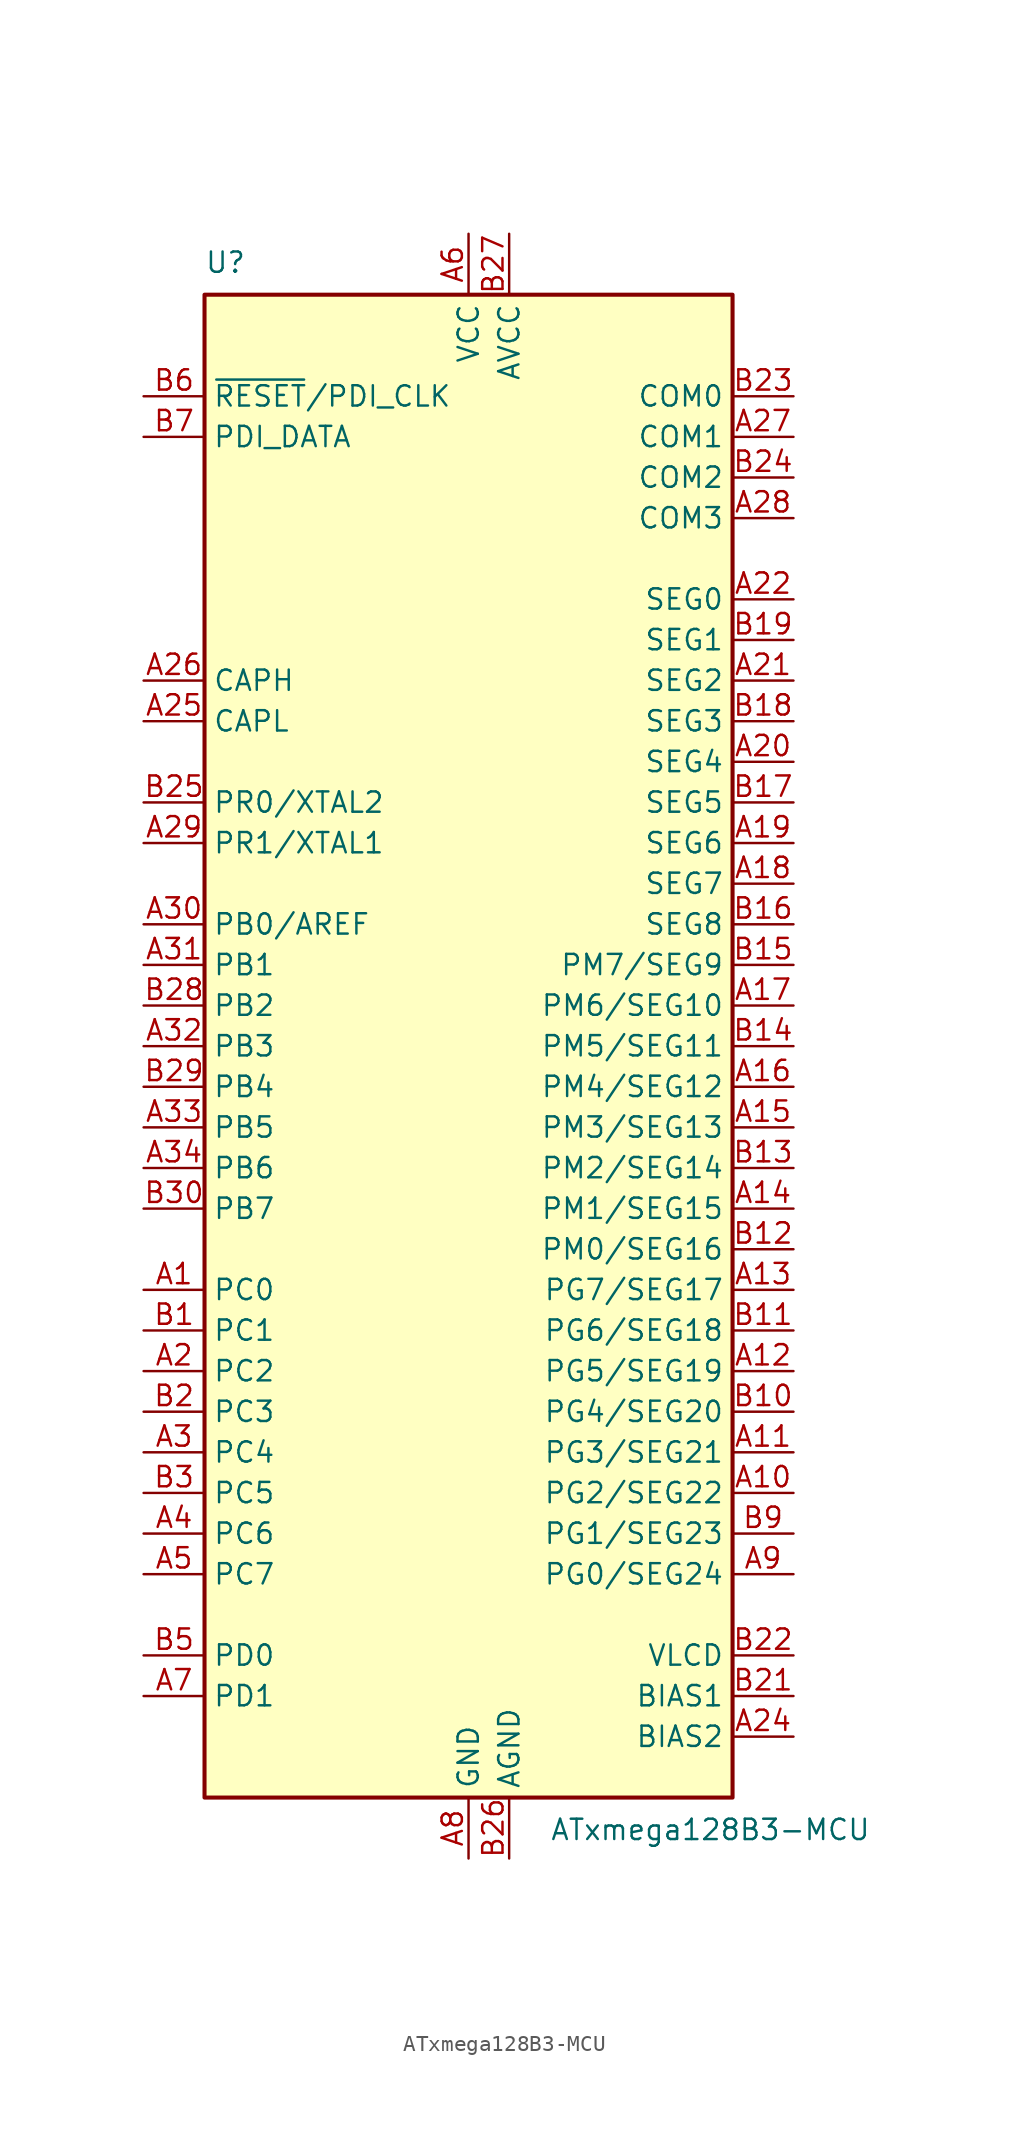
<source format=kicad_sym>
(kicad_symbol_lib
  (version 20201005)
  (generator kicad_symbol_editor)
  (symbol "ATxmega128B3-MCU"
    (property "Reference" "U"
      (at -16.51 48.26 0)
      (effects (font (size 1.27 1.27)) (justify left bottom)))
    (property "Value" "ATxmega128B3-MCU"
      (at 5.08 -48.26 0)
      (effects (font (size 1.27 1.27)) (justify left top)))
    (symbol "ATxmega128B3-MCU_0_1"
      (rectangle (start -16.51 -46.99) (end 16.51 46.99) (stroke (width 0.254)) (fill (type background))))
    (symbol "ATxmega128B3-MCU_1_1"
      (pin tri_state line (at -20.32 -15.24 0) (length 3.81) (name "PC0" (effects (font (size 1.27 1.27)))) (number "A1" (effects (font (size 1.27 1.27)))))
      (pin tri_state line (at 20.32 -27.94 180) (length 3.81) (name "PG2/SEG22" (effects (font (size 1.27 1.27)))) (number "A10" (effects (font (size 1.27 1.27)))))
      (pin tri_state line (at 20.32 -25.4 180) (length 3.81) (name "PG3/SEG21" (effects (font (size 1.27 1.27)))) (number "A11" (effects (font (size 1.27 1.27)))))
      (pin tri_state line (at 20.32 -20.32 180) (length 3.81) (name "PG5/SEG19" (effects (font (size 1.27 1.27)))) (number "A12" (effects (font (size 1.27 1.27)))))
      (pin tri_state line (at 20.32 -15.24 180) (length 3.81) (name "PG7/SEG17" (effects (font (size 1.27 1.27)))) (number "A13" (effects (font (size 1.27 1.27)))))
      (pin tri_state line (at 20.32 -10.16 180) (length 3.81) (name "PM1/SEG15" (effects (font (size 1.27 1.27)))) (number "A14" (effects (font (size 1.27 1.27)))))
      (pin tri_state line (at 20.32 -5.08 180) (length 3.81) (name "PM3/SEG13" (effects (font (size 1.27 1.27)))) (number "A15" (effects (font (size 1.27 1.27)))))
      (pin tri_state line (at 20.32 -2.54 180) (length 3.81) (name "PM4/SEG12" (effects (font (size 1.27 1.27)))) (number "A16" (effects (font (size 1.27 1.27)))))
      (pin tri_state line (at 20.32 2.54 180) (length 3.81) (name "PM6/SEG10" (effects (font (size 1.27 1.27)))) (number "A17" (effects (font (size 1.27 1.27)))))
      (pin output line (at 20.32 10.16 180) (length 3.81) (name "SEG7" (effects (font (size 1.27 1.27)))) (number "A18" (effects (font (size 1.27 1.27)))))
      (pin output line (at 20.32 12.7 180) (length 3.81) (name "SEG6" (effects (font (size 1.27 1.27)))) (number "A19" (effects (font (size 1.27 1.27)))))
      (pin tri_state line (at -20.32 -20.32 0) (length 3.81) (name "PC2" (effects (font (size 1.27 1.27)))) (number "A2" (effects (font (size 1.27 1.27)))))
      (pin output line (at 20.32 17.78 180) (length 3.81) (name "SEG4" (effects (font (size 1.27 1.27)))) (number "A20" (effects (font (size 1.27 1.27)))))
      (pin output line (at 20.32 22.86 180) (length 3.81) (name "SEG2" (effects (font (size 1.27 1.27)))) (number "A21" (effects (font (size 1.27 1.27)))))
      (pin output line (at 20.32 27.94 180) (length 3.81) (name "SEG0" (effects (font (size 1.27 1.27)))) (number "A22" (effects (font (size 1.27 1.27)))))
      (pin passive line (at 0 50.8 270) (length 3.81) hide (name "VCC" (effects (font (size 1.27 1.27)))) (number "A23" (effects (font (size 1.27 1.27)))))
      (pin power_out line (at 20.32 -43.18 180) (length 3.81) (name "BIAS2" (effects (font (size 1.27 1.27)))) (number "A24" (effects (font (size 1.27 1.27)))))
      (pin passive line (at -20.32 20.32 0) (length 3.81) (name "CAPL" (effects (font (size 1.27 1.27)))) (number "A25" (effects (font (size 1.27 1.27)))))
      (pin passive line (at -20.32 22.86 0) (length 3.81) (name "CAPH" (effects (font (size 1.27 1.27)))) (number "A26" (effects (font (size 1.27 1.27)))))
      (pin output line (at 20.32 38.1 180) (length 3.81) (name "COM1" (effects (font (size 1.27 1.27)))) (number "A27" (effects (font (size 1.27 1.27)))))
      (pin output line (at 20.32 33.02 180) (length 3.81) (name "COM3" (effects (font (size 1.27 1.27)))) (number "A28" (effects (font (size 1.27 1.27)))))
      (pin tri_state line (at -20.32 12.7 0) (length 3.81) (name "PR1/XTAL1" (effects (font (size 1.27 1.27)))) (number "A29" (effects (font (size 1.27 1.27)))))
      (pin tri_state line (at -20.32 -25.4 0) (length 3.81) (name "PC4" (effects (font (size 1.27 1.27)))) (number "A3" (effects (font (size 1.27 1.27)))))
      (pin tri_state line (at -20.32 7.62 0) (length 3.81) (name "PB0/AREF" (effects (font (size 1.27 1.27)))) (number "A30" (effects (font (size 1.27 1.27)))))
      (pin tri_state line (at -20.32 5.08 0) (length 3.81) (name "PB1" (effects (font (size 1.27 1.27)))) (number "A31" (effects (font (size 1.27 1.27)))))
      (pin tri_state line (at -20.32 0 0) (length 3.81) (name "PB3" (effects (font (size 1.27 1.27)))) (number "A32" (effects (font (size 1.27 1.27)))))
      (pin tri_state line (at -20.32 -5.08 0) (length 3.81) (name "PB5" (effects (font (size 1.27 1.27)))) (number "A33" (effects (font (size 1.27 1.27)))))
      (pin tri_state line (at -20.32 -7.62 0) (length 3.81) (name "PB6" (effects (font (size 1.27 1.27)))) (number "A34" (effects (font (size 1.27 1.27)))))
      (pin tri_state line (at -20.32 -30.48 0) (length 3.81) (name "PC6" (effects (font (size 1.27 1.27)))) (number "A4" (effects (font (size 1.27 1.27)))))
      (pin tri_state line (at -20.32 -33.02 0) (length 3.81) (name "PC7" (effects (font (size 1.27 1.27)))) (number "A5" (effects (font (size 1.27 1.27)))))
      (pin power_in line (at 0 50.8 270) (length 3.81) (name "VCC" (effects (font (size 1.27 1.27)))) (number "A6" (effects (font (size 1.27 1.27)))))
      (pin tri_state line (at -20.32 -40.64 0) (length 3.81) (name "PD1" (effects (font (size 1.27 1.27)))) (number "A7" (effects (font (size 1.27 1.27)))))
      (pin power_in line (at 0 -50.8 90) (length 3.81) (name "GND" (effects (font (size 1.27 1.27)))) (number "A8" (effects (font (size 1.27 1.27)))))
      (pin tri_state line (at 20.32 -33.02 180) (length 3.81) (name "PG0/SEG24" (effects (font (size 1.27 1.27)))) (number "A9" (effects (font (size 1.27 1.27)))))
      (pin tri_state line (at -20.32 -17.78 0) (length 3.81) (name "PC1" (effects (font (size 1.27 1.27)))) (number "B1" (effects (font (size 1.27 1.27)))))
      (pin tri_state line (at 20.32 -22.86 180) (length 3.81) (name "PG4/SEG20" (effects (font (size 1.27 1.27)))) (number "B10" (effects (font (size 1.27 1.27)))))
      (pin tri_state line (at 20.32 -17.78 180) (length 3.81) (name "PG6/SEG18" (effects (font (size 1.27 1.27)))) (number "B11" (effects (font (size 1.27 1.27)))))
      (pin tri_state line (at 20.32 -12.7 180) (length 3.81) (name "PM0/SEG16" (effects (font (size 1.27 1.27)))) (number "B12" (effects (font (size 1.27 1.27)))))
      (pin tri_state line (at 20.32 -7.62 180) (length 3.81) (name "PM2/SEG14" (effects (font (size 1.27 1.27)))) (number "B13" (effects (font (size 1.27 1.27)))))
      (pin tri_state line (at 20.32 0 180) (length 3.81) (name "PM5/SEG11" (effects (font (size 1.27 1.27)))) (number "B14" (effects (font (size 1.27 1.27)))))
      (pin tri_state line (at 20.32 5.08 180) (length 3.81) (name "PM7/SEG9" (effects (font (size 1.27 1.27)))) (number "B15" (effects (font (size 1.27 1.27)))))
      (pin output line (at 20.32 7.62 180) (length 3.81) (name "SEG8" (effects (font (size 1.27 1.27)))) (number "B16" (effects (font (size 1.27 1.27)))))
      (pin output line (at 20.32 15.24 180) (length 3.81) (name "SEG5" (effects (font (size 1.27 1.27)))) (number "B17" (effects (font (size 1.27 1.27)))))
      (pin output line (at 20.32 20.32 180) (length 3.81) (name "SEG3" (effects (font (size 1.27 1.27)))) (number "B18" (effects (font (size 1.27 1.27)))))
      (pin output line (at 20.32 25.4 180) (length 3.81) (name "SEG1" (effects (font (size 1.27 1.27)))) (number "B19" (effects (font (size 1.27 1.27)))))
      (pin tri_state line (at -20.32 -22.86 0) (length 3.81) (name "PC3" (effects (font (size 1.27 1.27)))) (number "B2" (effects (font (size 1.27 1.27)))))
      (pin passive line (at 0 -50.8 90) (length 3.81) hide (name "GND" (effects (font (size 1.27 1.27)))) (number "B20" (effects (font (size 1.27 1.27)))))
      (pin power_out line (at 20.32 -40.64 180) (length 3.81) (name "BIAS1" (effects (font (size 1.27 1.27)))) (number "B21" (effects (font (size 1.27 1.27)))))
      (pin power_out line (at 20.32 -38.1 180) (length 3.81) (name "VLCD" (effects (font (size 1.27 1.27)))) (number "B22" (effects (font (size 1.27 1.27)))))
      (pin output line (at 20.32 40.64 180) (length 3.81) (name "COM0" (effects (font (size 1.27 1.27)))) (number "B23" (effects (font (size 1.27 1.27)))))
      (pin output line (at 20.32 35.56 180) (length 3.81) (name "COM2" (effects (font (size 1.27 1.27)))) (number "B24" (effects (font (size 1.27 1.27)))))
      (pin tri_state line (at -20.32 15.24 0) (length 3.81) (name "PR0/XTAL2" (effects (font (size 1.27 1.27)))) (number "B25" (effects (font (size 1.27 1.27)))))
      (pin power_in line (at 2.54 -50.8 90) (length 3.81) (name "AGND" (effects (font (size 1.27 1.27)))) (number "B26" (effects (font (size 1.27 1.27)))))
      (pin power_in line (at 2.54 50.8 270) (length 3.81) (name "AVCC" (effects (font (size 1.27 1.27)))) (number "B27" (effects (font (size 1.27 1.27)))))
      (pin tri_state line (at -20.32 2.54 0) (length 3.81) (name "PB2" (effects (font (size 1.27 1.27)))) (number "B28" (effects (font (size 1.27 1.27)))))
      (pin tri_state line (at -20.32 -2.54 0) (length 3.81) (name "PB4" (effects (font (size 1.27 1.27)))) (number "B29" (effects (font (size 1.27 1.27)))))
      (pin tri_state line (at -20.32 -27.94 0) (length 3.81) (name "PC5" (effects (font (size 1.27 1.27)))) (number "B3" (effects (font (size 1.27 1.27)))))
      (pin tri_state line (at -20.32 -10.16 0) (length 3.81) (name "PB7" (effects (font (size 1.27 1.27)))) (number "B30" (effects (font (size 1.27 1.27)))))
      (pin passive line (at 0 -50.8 90) (length 3.81) hide (name "GND" (effects (font (size 1.27 1.27)))) (number "B4" (effects (font (size 1.27 1.27)))))
      (pin tri_state line (at -20.32 -38.1 0) (length 3.81) (name "PD0" (effects (font (size 1.27 1.27)))) (number "B5" (effects (font (size 1.27 1.27)))))
      (pin input line (at -20.32 40.64 0) (length 3.81) (name "~RESET~/PDI_CLK" (effects (font (size 1.27 1.27)))) (number "B6" (effects (font (size 1.27 1.27)))))
      (pin bidirectional line (at -20.32 38.1 0) (length 3.81) (name "PDI_DATA" (effects (font (size 1.27 1.27)))) (number "B7" (effects (font (size 1.27 1.27)))))
      (pin passive line (at 0 50.8 270) (length 3.81) hide (name "VCC" (effects (font (size 1.27 1.27)))) (number "B8" (effects (font (size 1.27 1.27)))))
      (pin tri_state line (at 20.32 -30.48 180) (length 3.81) (name "PG1/SEG23" (effects (font (size 1.27 1.27)))) (number "B9" (effects (font (size 1.27 1.27)))))
      (pin passive line (at 0 -50.8 90) (length 3.81) hide (name "GND" (effects (font (size 1.27 1.27)))) (number "EP" (effects (font (size 1.27 1.27))))))))
</source>
